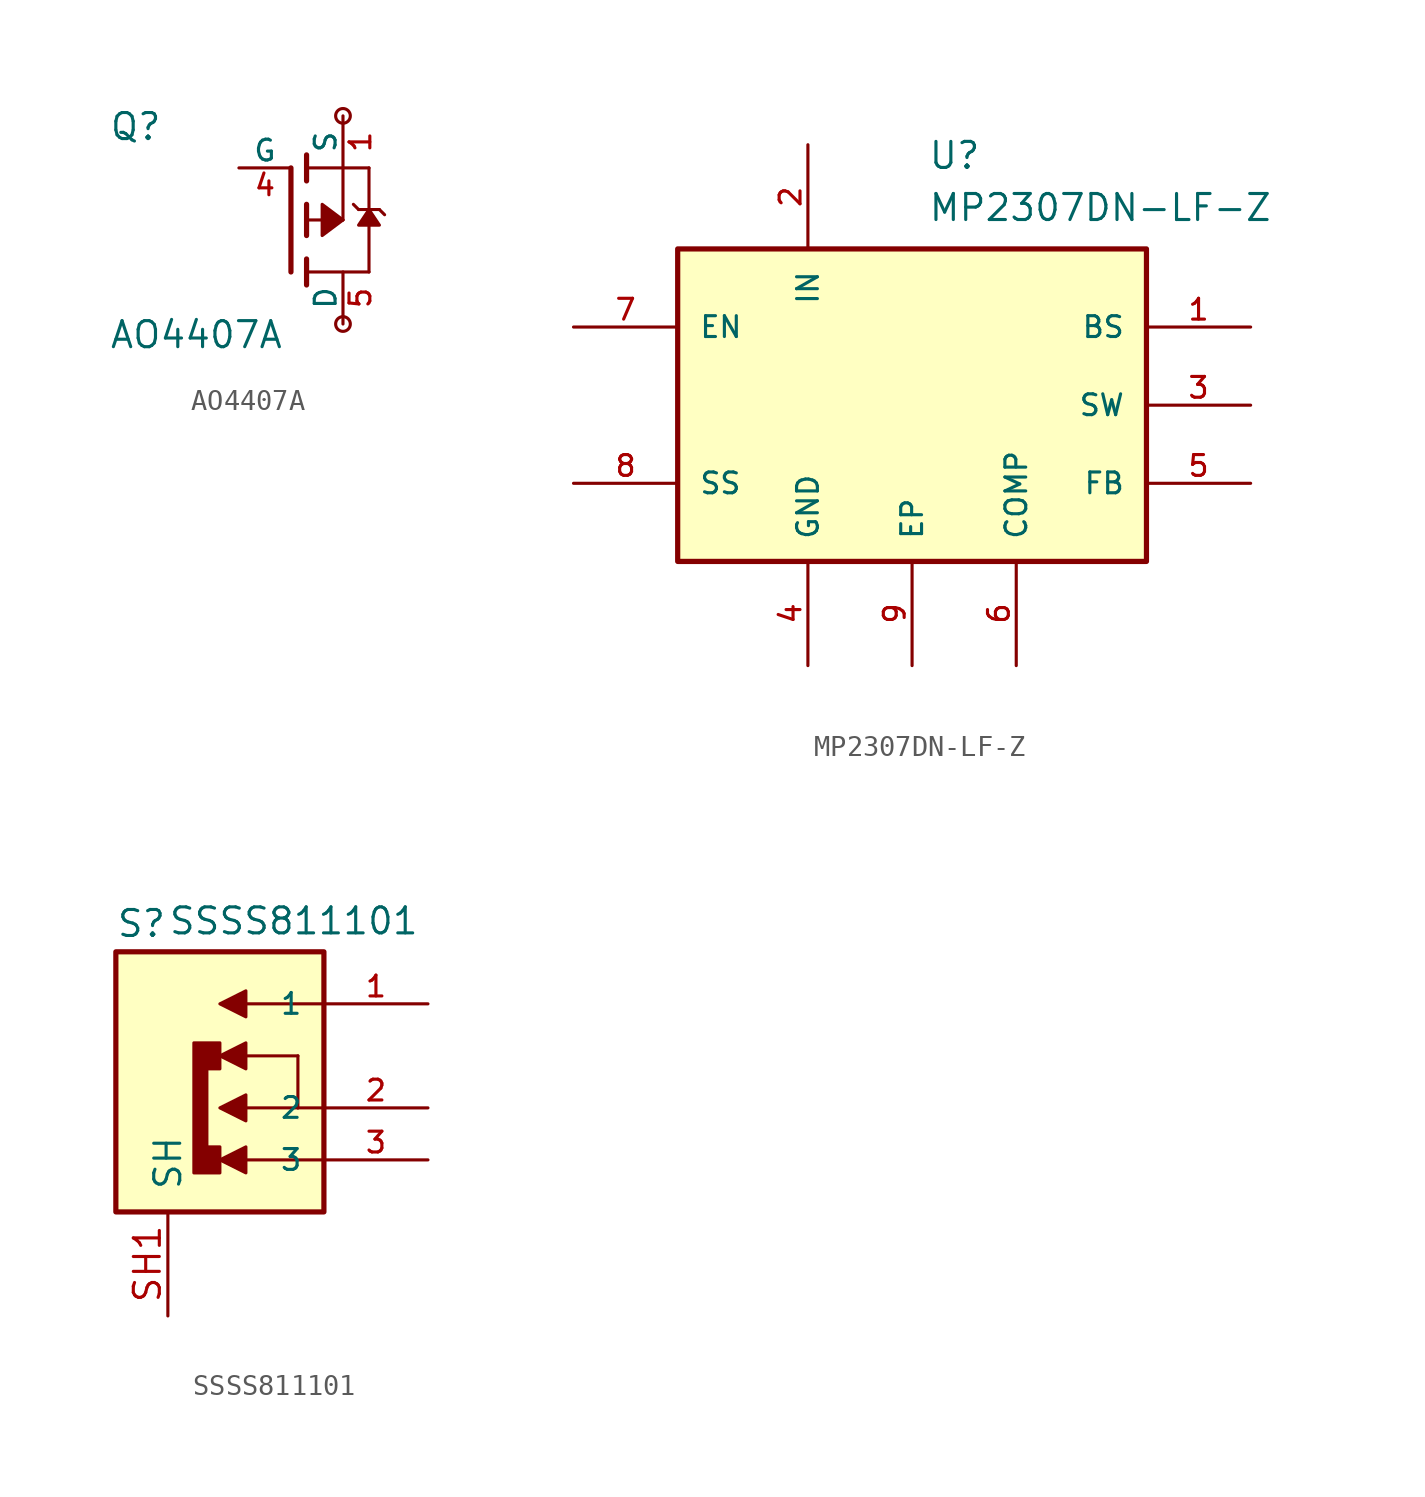
<source format=kicad_sym>
(kicad_symbol_lib
  (version 20241209)
  (generator "kicad_symbol_editor")
  (generator_version "9.0")
  (symbol "AO4407A"
    (pin_names
      (offset 0))
    (property "Reference" "Q"
      (at -8.89 3.81 0)
      (effects (font (size 1.27 1.27)) (justify left bottom)))
    (property "Value" "AO4407A"
      (at -8.89 -6.35 0)
      (effects (font (size 1.27 1.27)) (justify left bottom)))
    (symbol "AO4407A_0_0"
      (polyline (pts (xy 0 -2.54) (xy 0 2.54)) (stroke (width 0.254) (type default)) (fill (type none)))
      (polyline (pts (xy 0.762 2.54) (xy 0.762 3.175)) (stroke (width 0.254) (type default)) (fill (type none)))
      (polyline (pts (xy 0.762 1.905) (xy 0.762 2.54)) (stroke (width 0.254) (type default)) (fill (type none)))
      (polyline (pts (xy 0.762 0) (xy 0.762 0.762)) (stroke (width 0.254) (type default)) (fill (type none)))
      (polyline (pts (xy 0.762 0) (xy 2.54 0)) (stroke (width 0.152) (type default)) (fill (type none)))
      (polyline (pts (xy 0.762 -0.762) (xy 0.762 0)) (stroke (width 0.254) (type default)) (fill (type none)))
      (polyline (pts (xy 0.762 -2.54) (xy 0.762 -1.905)) (stroke (width 0.254) (type default)) (fill (type none)))
      (polyline (pts (xy 0.762 -2.54) (xy 3.81 -2.54)) (stroke (width 0.152) (type default)) (fill (type none)))
      (polyline (pts (xy 0.762 -3.175) (xy 0.762 -2.54)) (stroke (width 0.254) (type default)) (fill (type none)))
      (circle (center 2.54 5.08) (radius 0.359) (stroke (width 0) (type default)) (fill (type none)))
      (polyline (pts (xy 2.54 2.54) (xy 0.762 2.54)) (stroke (width 0.152) (type default)) (fill (type none)))
      (polyline (pts (xy 2.54 2.54) (xy 3.81 2.54)) (stroke (width 0.152) (type default)) (fill (type none)))
      (polyline (pts (xy 2.54 0) (xy 2.54 2.54)) (stroke (width 0.152) (type default)) (fill (type none)))
      (polyline (pts (xy 2.54 0) (xy 1.524 0.762) (xy 1.524 -0.762) (xy 2.54 0)) (stroke (width 0.152) (type default)) (fill (type outline)))
      (circle (center 2.54 -5.08) (radius 0.359) (stroke (width 0) (type default)) (fill (type none)))
      (polyline (pts (xy 3.048 0.762) (xy 3.302 0.508)) (stroke (width 0.152) (type default)) (fill (type none)))
      (polyline (pts (xy 3.302 0.508) (xy 3.81 0.508)) (stroke (width 0.152) (type default)) (fill (type none)))
      (polyline (pts (xy 3.81 0.508) (xy 3.81 2.54)) (stroke (width 0.152) (type default)) (fill (type none)))
      (polyline (pts (xy 3.81 0.508) (xy 4.318 0.508)) (stroke (width 0.152) (type default)) (fill (type none)))
      (polyline (pts (xy 3.81 0.508) (xy 4.318 -0.254) (xy 3.302 -0.254) (xy 3.81 0.508)) (stroke (width 0.152) (type default)) (fill (type outline)))
      (polyline (pts (xy 3.81 -2.54) (xy 3.81 0.508)) (stroke (width 0.152) (type default)) (fill (type none)))
      (polyline (pts (xy 4.318 0.508) (xy 4.572 0.254)) (stroke (width 0.152) (type default)) (fill (type none))))
    (symbol "AO4407A_1_0"
      (pin passive line (at 2.54 5.08 270) (length 2.54) (name "S" (effects (font (size 1.016 1.016)))) (number "1" (effects (font (size 1.016 1.016)))))
      (pin passive line (at 2.54 5.08 270) (length 2.54) (hide yes) (name "S" (effects (font (size 1.016 1.016)))) (number "2" (effects (font (size 1.016 1.016)))))
      (pin passive line (at 2.54 5.08 270) (length 2.54) (hide yes) (name "S" (effects (font (size 1.016 1.016)))) (number "3" (effects (font (size 1.016 1.016)))))
      (pin passive line (at 2.54 -5.08 90) (length 2.54) (name "D" (effects (font (size 1.016 1.016)))) (number "5" (effects (font (size 1.016 1.016)))))
      (pin passive line (at 2.54 -5.08 90) (length 2.54) (hide yes) (name "D" (effects (font (size 1.016 1.016)))) (number "6" (effects (font (size 1.016 1.016)))))
      (pin passive line (at 2.54 -5.08 90) (length 2.54) (hide yes) (name "D" (effects (font (size 1.016 1.016)))) (number "7" (effects (font (size 1.016 1.016)))))
      (pin passive line (at 2.54 -5.08 90) (length 2.54) (hide yes) (name "D" (effects (font (size 1.016 1.016)))) (number "8" (effects (font (size 1.016 1.016))))))
    (symbol "AO4407A_1_1"
      (pin passive line (at -2.54 2.54 0) (length 2.54) (name "G" (effects (font (size 1.016 1.016)))) (number "4" (effects (font (size 1.016 1.016)))))))
  (symbol "MP2307DN-LF-Z"
    (pin_names
      (offset 1.016))
    (property "Reference" "U"
      (at 0.762 11.43 0)
      (effects (font (size 1.27 1.27)) (justify left bottom)))
    (property "Value" "MP2307DN-LF-Z"
      (at 0.762 8.89 0)
      (effects (font (size 1.27 1.27)) (justify left bottom)))
    (symbol "MP2307DN-LF-Z_0_0"
      (rectangle (start -11.43 7.62) (end 11.43 -7.62) (stroke (width 0.254) (type default)) (fill (type background)))
      (pin input line (at -16.51 3.81 0) (length 5.08) (name "EN" (effects (font (size 1.016 1.016)))) (number "7" (effects (font (size 1.016 1.016)))))
      (pin passive line (at -16.51 -3.81 0) (length 5.08) (name "SS" (effects (font (size 1.016 1.016)))) (number "8" (effects (font (size 1.016 1.016)))))
      (pin power_in line (at -5.08 -12.7 90) (length 5.08) (name "GND" (effects (font (size 1.016 1.016)))) (number "4" (effects (font (size 1.016 1.016)))))
      (pin passive line (at 5.08 -12.7 90) (length 5.08) (name "COMP" (effects (font (size 1.016 1.016)))) (number "6" (effects (font (size 1.016 1.016)))))
      (pin passive line (at 16.51 3.81 180) (length 5.08) (name "BS" (effects (font (size 1.016 1.016)))) (number "1" (effects (font (size 1.016 1.016)))))
      (pin output line (at 16.51 0 180) (length 5.08) (name "SW" (effects (font (size 1.016 1.016)))) (number "3" (effects (font (size 1.016 1.016)))))
      (pin input line (at 16.51 -3.81 180) (length 5.08) (name "FB" (effects (font (size 1.016 1.016)))) (number "5" (effects (font (size 1.016 1.016))))))
    (symbol "MP2307DN-LF-Z_1_0"
      (pin power_in line (at -5.08 12.7 270) (length 5.08) (name "IN" (effects (font (size 1.016 1.016)))) (number "2" (effects (font (size 1.016 1.016)))))
      (pin input line (at 0 -12.7 90) (length 5.08) (name "EP" (effects (font (size 1.016 1.016)))) (number "9" (effects (font (size 1.016 1.016)))))))
  (symbol "SSSS811101"
    (pin_names
      (offset 1.016))
    (property "Reference" "S"
      (at -5.08 5.715 0)
      (effects (font (size 1.27 1.27)) (justify left bottom)))
    (property "Value" "SSSS811101"
      (at -2.54 5.842 0)
      (effects (font (size 1.27 1.27)) (justify left bottom)))
    (symbol "SSSS811101_0_0"
      (rectangle (start -5.08 5.08) (end 5.08 -7.62) (stroke (width 0.254) (type default)) (fill (type background)))
      (polyline (pts (xy 0 -4.445) (xy 0 -5.715) (xy -1.27 -5.715) (xy -1.27 0.635) (xy 0 0.635) (xy 0 -0.635) (xy -0.635 -0.635) (xy -0.635 -4.445) (xy 0 -4.445)) (stroke (width 0.152) (type default)) (fill (type outline)))
      (polyline (pts (xy 1.27 1.905) (xy 1.27 3.175) (xy 0 2.54) (xy 1.27 1.905)) (stroke (width 0.152) (type default)) (fill (type outline)))
      (polyline (pts (xy 1.27 -0.635) (xy 1.27 0.635) (xy 0 0) (xy 1.27 -0.635)) (stroke (width 0.152) (type default)) (fill (type outline)))
      (polyline (pts (xy 1.27 -3.175) (xy 1.27 -1.905) (xy 0 -2.54) (xy 1.27 -3.175)) (stroke (width 0.152) (type default)) (fill (type outline)))
      (polyline (pts (xy 1.27 -5.715) (xy 1.27 -4.445) (xy 0 -5.08) (xy 1.27 -5.715)) (stroke (width 0.152) (type default)) (fill (type outline)))
      (polyline (pts (xy 3.81 0) (xy 1.27 0)) (stroke (width 0.152) (type default)) (fill (type none)))
      (polyline (pts (xy 3.81 0) (xy 3.81 -2.54)) (stroke (width 0.152) (type default)) (fill (type none)))
      (polyline (pts (xy 3.81 -2.54) (xy 1.27 -2.54)) (stroke (width 0.152) (type default)) (fill (type none)))
      (polyline (pts (xy 5.08 2.54) (xy 1.27 2.54)) (stroke (width 0.152) (type default)) (fill (type none)))
      (polyline (pts (xy 5.08 -2.54) (xy 3.81 -2.54)) (stroke (width 0.152) (type default)) (fill (type none)))
      (polyline (pts (xy 5.08 -5.08) (xy 1.27 -5.08)) (stroke (width 0.152) (type default)) (fill (type none)))
      (pin passive line (at 10.16 2.54 180) (length 5.08) (name "1" (effects (font (size 1.016 1.016)))) (number "1" (effects (font (size 1.016 1.016)))))
      (pin passive line (at 10.16 -2.54 180) (length 5.08) (name "2" (effects (font (size 1.016 1.016)))) (number "2" (effects (font (size 1.016 1.016)))))
      (pin passive line (at 10.16 -5.08 180) (length 5.08) (name "3" (effects (font (size 1.016 1.016)))) (number "3" (effects (font (size 1.016 1.016))))))
    (symbol "SSSS811101_1_0"
      (pin passive line (at -2.54 -12.7 90) (length 5.08) (hide yes) (name "SH" (effects (font (size 1.27 1.27)))) (number "SH2" (effects (font (size 1.27 1.27)))))
      (pin passive line (at -2.54 -12.7 90) (length 5.08) (hide yes) (name "SH" (effects (font (size 1.27 1.27)))) (number "SH3" (effects (font (size 1.27 1.27)))))
      (pin passive line (at -2.54 -12.7 90) (length 5.08) (hide yes) (name "SH" (effects (font (size 1.27 1.27)))) (number "SH4" (effects (font (size 1.27 1.27))))))
    (symbol "SSSS811101_1_1"
      (pin passive line (at -2.54 -12.7 90) (length 5.08) (name "SH" (effects (font (size 1.27 1.27)))) (number "SH1" (effects (font (size 1.27 1.27))))))))
</source>
